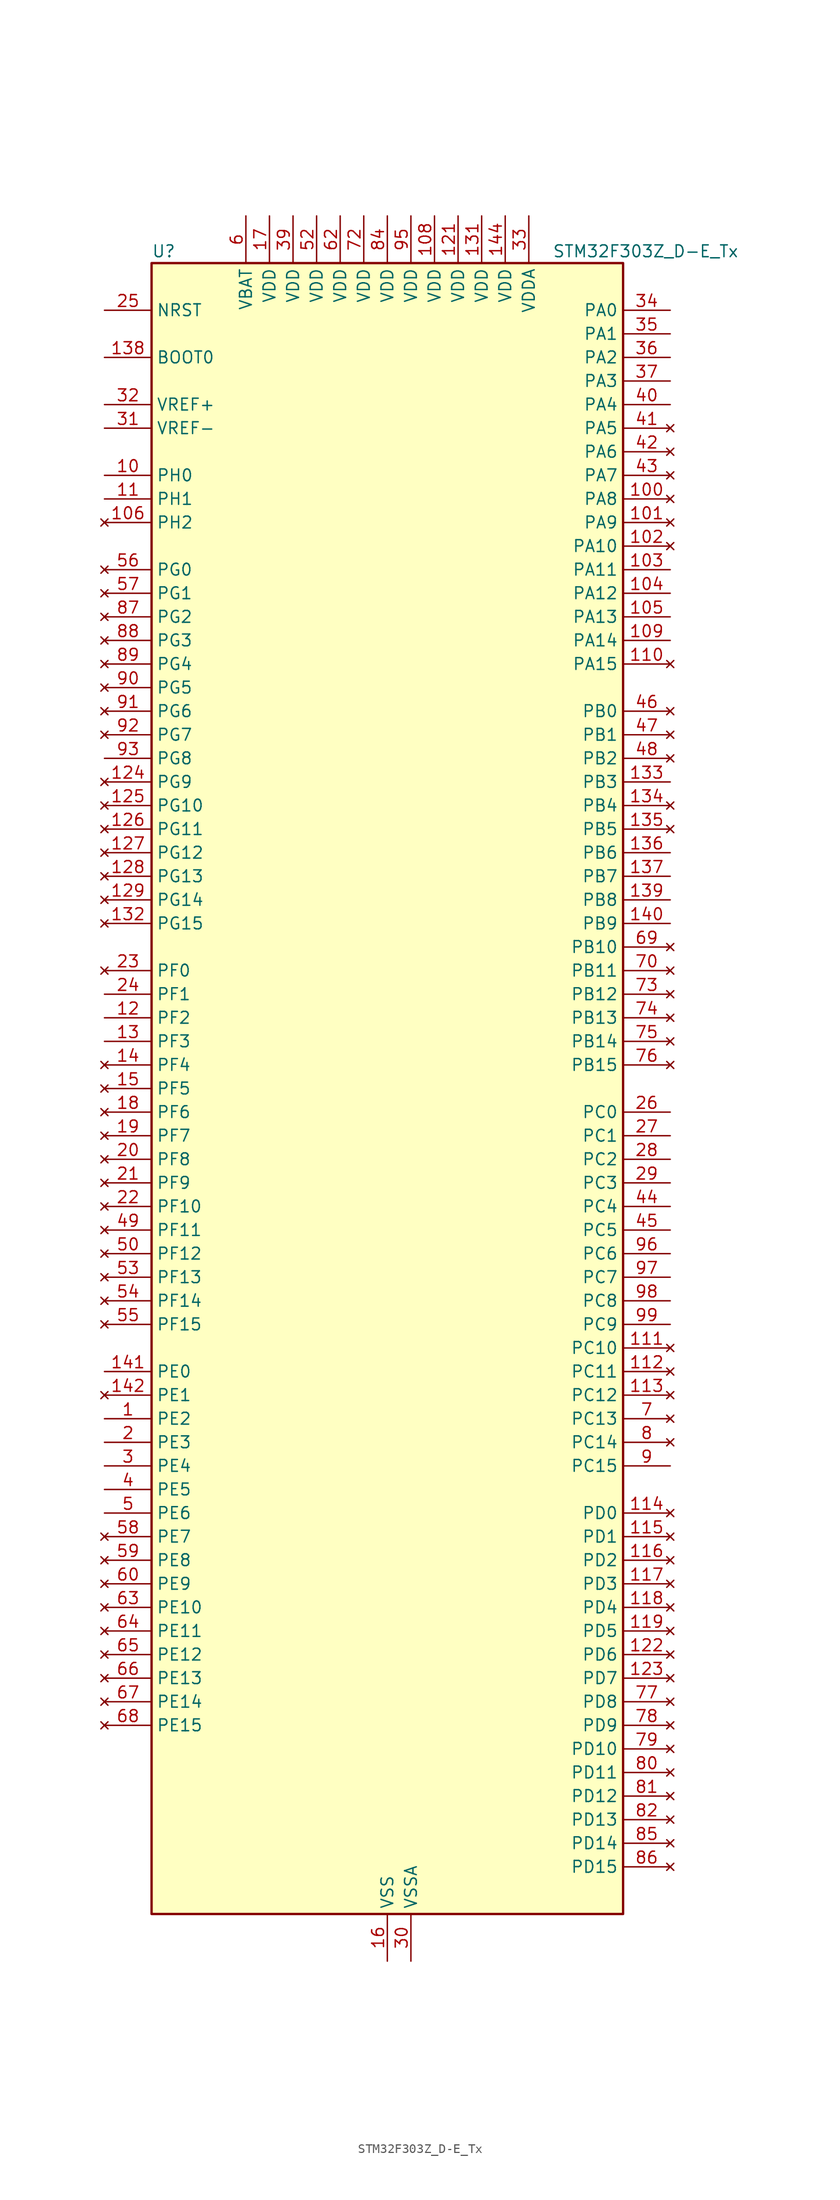
<source format=kicad_sym>
(kicad_symbol_lib
  (version 20241209)
  (generator "kicad_symbol_editor")
  (generator_version "9.0")
  (symbol "STM32F303Z_D-E_Tx"
    (property "Reference" "U"
      (at -25.4 90.17 0)
      (effects (font (size 1.27 1.27)) (justify left)))
    (property "Value" "STM32F303Z_D-E_Tx"
      (at 17.78 90.17 0)
      (effects (font (size 1.27 1.27)) (justify left)))
    (symbol "STM32F303Z_D-E_Tx_0_1"
      (rectangle (start -25.4 88.9) (end 25.4 -88.9) (stroke (width 0.254) (type default)) (fill (type background))))
    (symbol "STM32F303Z_D-E_Tx_1_1"
      (pin input line (at -30.48 83.82 0) (length 5.08) (name "NRST" (effects (font (size 1.27 1.27)))) (number "25" (effects (font (size 1.27 1.27)))))
      (pin input line (at -30.48 78.74 0) (length 5.08) (name "BOOT0" (effects (font (size 1.27 1.27)))) (number "138" (effects (font (size 1.27 1.27)))))
      (pin input line (at -30.48 73.66 0) (length 5.08) (name "VREF+" (effects (font (size 1.27 1.27)))) (number "32" (effects (font (size 1.27 1.27)))))
      (pin input line (at -30.48 71.12 0) (length 5.08) (name "VREF-" (effects (font (size 1.27 1.27)))) (number "31" (effects (font (size 1.27 1.27)))))
      (pin input line (at -30.48 66.04 0) (length 5.08) (name "PH0" (effects (font (size 1.27 1.27)))) (number "10" (effects (font (size 1.27 1.27)))) (alternate "FMC_A0" bidirectional line) (alternate "TIM20_CH1" bidirectional line))
      (pin input line (at -30.48 63.5 0) (length 5.08) (name "PH1" (effects (font (size 1.27 1.27)))) (number "11" (effects (font (size 1.27 1.27)))) (alternate "FMC_A1" bidirectional line) (alternate "TIM20_CH2" bidirectional line))
      (pin no_connect line (at -30.48 60.96 0) (length 5.08) (name "PH2" (effects (font (size 1.27 1.27)))) (number "106" (effects (font (size 1.27 1.27)))) (alternate "ADC3_EXTI2" bidirectional line) (alternate "ADC4_EXTI2" bidirectional line))
      (pin no_connect line (at -30.48 55.88 0) (length 5.08) (name "PG0" (effects (font (size 1.27 1.27)))) (number "56" (effects (font (size 1.27 1.27)))) (alternate "FMC_A10" bidirectional line) (alternate "TIM20_CH1N" bidirectional line))
      (pin no_connect line (at -30.48 53.34 0) (length 5.08) (name "PG1" (effects (font (size 1.27 1.27)))) (number "57" (effects (font (size 1.27 1.27)))) (alternate "FMC_A11" bidirectional line) (alternate "TIM20_CH2N" bidirectional line))
      (pin no_connect line (at -30.48 50.8 0) (length 5.08) (name "PG2" (effects (font (size 1.27 1.27)))) (number "87" (effects (font (size 1.27 1.27)))) (alternate "ADC3_EXTI2" bidirectional line) (alternate "ADC4_EXTI2" bidirectional line) (alternate "FMC_A12" bidirectional line) (alternate "TIM20_CH3N" bidirectional line))
      (pin no_connect line (at -30.48 48.26 0) (length 5.08) (name "PG3" (effects (font (size 1.27 1.27)))) (number "88" (effects (font (size 1.27 1.27)))) (alternate "FMC_A13" bidirectional line) (alternate "TIM20_BKIN" bidirectional line))
      (pin no_connect line (at -30.48 45.72 0) (length 5.08) (name "PG4" (effects (font (size 1.27 1.27)))) (number "89" (effects (font (size 1.27 1.27)))) (alternate "FMC_A14" bidirectional line) (alternate "TIM20_BKIN2" bidirectional line))
      (pin no_connect line (at -30.48 43.18 0) (length 5.08) (name "PG5" (effects (font (size 1.27 1.27)))) (number "90" (effects (font (size 1.27 1.27)))) (alternate "FMC_A15" bidirectional line) (alternate "TIM20_ETR" bidirectional line))
      (pin no_connect line (at -30.48 40.64 0) (length 5.08) (name "PG6" (effects (font (size 1.27 1.27)))) (number "91" (effects (font (size 1.27 1.27)))) (alternate "FMC_INT2" bidirectional line))
      (pin no_connect line (at -30.48 38.1 0) (length 5.08) (name "PG7" (effects (font (size 1.27 1.27)))) (number "92" (effects (font (size 1.27 1.27)))) (alternate "FMC_INT3" bidirectional line))
      (pin input line (at -30.48 35.56 0) (length 5.08) (name "PG8" (effects (font (size 1.27 1.27)))) (number "93" (effects (font (size 1.27 1.27)))))
      (pin no_connect line (at -30.48 33.02 0) (length 5.08) (name "PG9" (effects (font (size 1.27 1.27)))) (number "124" (effects (font (size 1.27 1.27)))) (alternate "DAC1_EXTI9" bidirectional line) (alternate "FMC_NCE3" bidirectional line) (alternate "FMC_NE2" bidirectional line))
      (pin no_connect line (at -30.48 30.48 0) (length 5.08) (name "PG10" (effects (font (size 1.27 1.27)))) (number "125" (effects (font (size 1.27 1.27)))) (alternate "FMC_NCE4_1" bidirectional line) (alternate "FMC_NE3" bidirectional line))
      (pin no_connect line (at -30.48 27.94 0) (length 5.08) (name "PG11" (effects (font (size 1.27 1.27)))) (number "126" (effects (font (size 1.27 1.27)))) (alternate "ADC1_EXTI11" bidirectional line) (alternate "ADC2_EXTI11" bidirectional line) (alternate "FMC_NCE4_2" bidirectional line))
      (pin no_connect line (at -30.48 25.4 0) (length 5.08) (name "PG12" (effects (font (size 1.27 1.27)))) (number "127" (effects (font (size 1.27 1.27)))) (alternate "FMC_NE4" bidirectional line))
      (pin no_connect line (at -30.48 22.86 0) (length 5.08) (name "PG13" (effects (font (size 1.27 1.27)))) (number "128" (effects (font (size 1.27 1.27)))) (alternate "FMC_A24" bidirectional line))
      (pin no_connect line (at -30.48 20.32 0) (length 5.08) (name "PG14" (effects (font (size 1.27 1.27)))) (number "129" (effects (font (size 1.27 1.27)))) (alternate "FMC_A25" bidirectional line))
      (pin no_connect line (at -30.48 17.78 0) (length 5.08) (name "PG15" (effects (font (size 1.27 1.27)))) (number "132" (effects (font (size 1.27 1.27)))) (alternate "ADC1_EXTI15" bidirectional line) (alternate "ADC2_EXTI15" bidirectional line) (alternate "ADC3_EXTI15" bidirectional line) (alternate "ADC4_EXTI15" bidirectional line))
      (pin no_connect line (at -30.48 12.7 0) (length 5.08) (name "PF0" (effects (font (size 1.27 1.27)))) (number "23" (effects (font (size 1.27 1.27)))) (alternate "I2C2_SDA" bidirectional line) (alternate "I2S2_WS" bidirectional line) (alternate "RCC_OSC_IN" bidirectional line) (alternate "SPI2_NSS" bidirectional line) (alternate "TIM1_CH3N" bidirectional line))
      (pin input line (at -30.48 10.16 0) (length 5.08) (name "PF1" (effects (font (size 1.27 1.27)))) (number "24" (effects (font (size 1.27 1.27)))) (alternate "I2C2_SCL" bidirectional line) (alternate "I2S2_CK" bidirectional line) (alternate "RCC_OSC_OUT" bidirectional line) (alternate "SPI2_SCK" bidirectional line))
      (pin output line (at -30.48 7.62 0) (length 5.08) (name "PF2" (effects (font (size 1.27 1.27)))) (number "12" (effects (font (size 1.27 1.27)))) (alternate "ADC1_IN10" bidirectional line) (alternate "ADC2_IN10" bidirectional line) (alternate "ADC3_EXTI2" bidirectional line) (alternate "ADC4_EXTI2" bidirectional line) (alternate "FMC_A2" bidirectional line) (alternate "TIM20_CH3" bidirectional line))
      (pin output line (at -30.48 5.08 0) (length 5.08) (name "PF3" (effects (font (size 1.27 1.27)))) (number "13" (effects (font (size 1.27 1.27)))) (alternate "FMC_A3" bidirectional line) (alternate "TIM20_CH4" bidirectional line))
      (pin no_connect line (at -30.48 2.54 0) (length 5.08) (name "PF4" (effects (font (size 1.27 1.27)))) (number "14" (effects (font (size 1.27 1.27)))) (alternate "ADC1_IN5" bidirectional line) (alternate "COMP1_OUT" bidirectional line) (alternate "FMC_A4" bidirectional line) (alternate "TIM20_CH1N" bidirectional line))
      (pin no_connect line (at -30.48 0 0) (length 5.08) (name "PF5" (effects (font (size 1.27 1.27)))) (number "15" (effects (font (size 1.27 1.27)))) (alternate "FMC_A5" bidirectional line) (alternate "TIM20_CH2N" bidirectional line))
      (pin no_connect line (at -30.48 -2.54 0) (length 5.08) (name "PF6" (effects (font (size 1.27 1.27)))) (number "18" (effects (font (size 1.27 1.27)))) (alternate "FMC_NIORD" bidirectional line) (alternate "I2C2_SCL" bidirectional line) (alternate "TIM4_CH4" bidirectional line) (alternate "USART3_DE" bidirectional line) (alternate "USART3_RTS" bidirectional line))
      (pin no_connect line (at -30.48 -5.08 0) (length 5.08) (name "PF7" (effects (font (size 1.27 1.27)))) (number "19" (effects (font (size 1.27 1.27)))) (alternate "FMC_NREG" bidirectional line) (alternate "TIM20_BKIN" bidirectional line))
      (pin no_connect line (at -30.48 -7.62 0) (length 5.08) (name "PF8" (effects (font (size 1.27 1.27)))) (number "20" (effects (font (size 1.27 1.27)))) (alternate "FMC_NIOWR" bidirectional line) (alternate "TIM20_BKIN2" bidirectional line))
      (pin no_connect line (at -30.48 -10.16 0) (length 5.08) (name "PF9" (effects (font (size 1.27 1.27)))) (number "21" (effects (font (size 1.27 1.27)))) (alternate "DAC1_EXTI9" bidirectional line) (alternate "FMC_CD" bidirectional line) (alternate "SPI2_SCK" bidirectional line) (alternate "TIM15_CH1" bidirectional line) (alternate "TIM20_BKIN" bidirectional line))
      (pin no_connect line (at -30.48 -12.7 0) (length 5.08) (name "PF10" (effects (font (size 1.27 1.27)))) (number "22" (effects (font (size 1.27 1.27)))) (alternate "FMC_INTR" bidirectional line) (alternate "SPI2_SCK" bidirectional line) (alternate "TIM15_CH2" bidirectional line) (alternate "TIM20_BKIN2" bidirectional line))
      (pin no_connect line (at -30.48 -15.24 0) (length 5.08) (name "PF11" (effects (font (size 1.27 1.27)))) (number "49" (effects (font (size 1.27 1.27)))) (alternate "ADC1_EXTI11" bidirectional line) (alternate "ADC2_EXTI11" bidirectional line) (alternate "TIM20_ETR" bidirectional line))
      (pin no_connect line (at -30.48 -17.78 0) (length 5.08) (name "PF12" (effects (font (size 1.27 1.27)))) (number "50" (effects (font (size 1.27 1.27)))) (alternate "FMC_A6" bidirectional line) (alternate "TIM20_CH1" bidirectional line))
      (pin no_connect line (at -30.48 -20.32 0) (length 5.08) (name "PF13" (effects (font (size 1.27 1.27)))) (number "53" (effects (font (size 1.27 1.27)))) (alternate "FMC_A7" bidirectional line) (alternate "TIM20_CH2" bidirectional line))
      (pin no_connect line (at -30.48 -22.86 0) (length 5.08) (name "PF14" (effects (font (size 1.27 1.27)))) (number "54" (effects (font (size 1.27 1.27)))) (alternate "FMC_A8" bidirectional line) (alternate "TIM20_CH3" bidirectional line))
      (pin no_connect line (at -30.48 -25.4 0) (length 5.08) (name "PF15" (effects (font (size 1.27 1.27)))) (number "55" (effects (font (size 1.27 1.27)))) (alternate "ADC1_EXTI15" bidirectional line) (alternate "ADC2_EXTI15" bidirectional line) (alternate "ADC3_EXTI15" bidirectional line) (alternate "ADC4_EXTI15" bidirectional line) (alternate "FMC_A9" bidirectional line) (alternate "TIM20_CH4" bidirectional line))
      (pin input line (at -30.48 -30.48 0) (length 5.08) (name "PE0" (effects (font (size 1.27 1.27)))) (number "141" (effects (font (size 1.27 1.27)))) (alternate "FMC_NBL0" bidirectional line) (alternate "TIM16_CH1" bidirectional line) (alternate "TIM20_ETR" bidirectional line) (alternate "TIM4_ETR" bidirectional line) (alternate "USART1_TX" bidirectional line))
      (pin no_connect line (at -30.48 -33.02 0) (length 5.08) (name "PE1" (effects (font (size 1.27 1.27)))) (number "142" (effects (font (size 1.27 1.27)))) (alternate "FMC_NBL1" bidirectional line) (alternate "TIM17_CH1" bidirectional line) (alternate "TIM20_CH4" bidirectional line) (alternate "USART1_RX" bidirectional line))
      (pin input line (at -30.48 -35.56 0) (length 5.08) (name "PE2" (effects (font (size 1.27 1.27)))) (number "1" (effects (font (size 1.27 1.27)))) (alternate "ADC3_EXTI2" bidirectional line) (alternate "ADC4_EXTI2" bidirectional line) (alternate "FMC_A23" bidirectional line) (alternate "SPI4_SCK" bidirectional line) (alternate "SYS_TRACECK" bidirectional line) (alternate "TIM20_CH1" bidirectional line) (alternate "TIM3_CH1" bidirectional line) (alternate "TSC_G7_IO1" bidirectional line))
      (pin input line (at -30.48 -38.1 0) (length 5.08) (name "PE3" (effects (font (size 1.27 1.27)))) (number "2" (effects (font (size 1.27 1.27)))) (alternate "FMC_A19" bidirectional line) (alternate "SPI4_NSS" bidirectional line) (alternate "SYS_TRACED0" bidirectional line) (alternate "TIM20_CH2" bidirectional line) (alternate "TIM3_CH2" bidirectional line) (alternate "TSC_G7_IO2" bidirectional line))
      (pin output line (at -30.48 -40.64 0) (length 5.08) (name "PE4" (effects (font (size 1.27 1.27)))) (number "3" (effects (font (size 1.27 1.27)))) (alternate "FMC_A20" bidirectional line) (alternate "SPI4_NSS" bidirectional line) (alternate "SYS_TRACED1" bidirectional line) (alternate "TIM20_CH1N" bidirectional line) (alternate "TIM3_CH3" bidirectional line) (alternate "TSC_G7_IO3" bidirectional line))
      (pin output line (at -30.48 -43.18 0) (length 5.08) (name "PE5" (effects (font (size 1.27 1.27)))) (number "4" (effects (font (size 1.27 1.27)))) (alternate "FMC_A21" bidirectional line) (alternate "SPI4_MISO" bidirectional line) (alternate "SYS_TRACED2" bidirectional line) (alternate "TIM20_CH2N" bidirectional line) (alternate "TIM3_CH4" bidirectional line) (alternate "TSC_G7_IO4" bidirectional line))
      (pin input line (at -30.48 -45.72 0) (length 5.08) (name "PE6" (effects (font (size 1.27 1.27)))) (number "5" (effects (font (size 1.27 1.27)))) (alternate "FMC_A22" bidirectional line) (alternate "RTC_TAMP3" bidirectional line) (alternate "SPI4_MOSI" bidirectional line) (alternate "SYS_TRACED3" bidirectional line) (alternate "SYS_WKUP3" bidirectional line) (alternate "TIM20_CH3N" bidirectional line))
      (pin no_connect line (at -30.48 -48.26 0) (length 5.08) (name "PE7" (effects (font (size 1.27 1.27)))) (number "58" (effects (font (size 1.27 1.27)))) (alternate "ADC3_IN13" bidirectional line) (alternate "FMC_D4" bidirectional line) (alternate "FMC_DA4" bidirectional line) (alternate "TIM1_ETR" bidirectional line))
      (pin no_connect line (at -30.48 -50.8 0) (length 5.08) (name "PE8" (effects (font (size 1.27 1.27)))) (number "59" (effects (font (size 1.27 1.27)))) (alternate "ADC3_IN6" bidirectional line) (alternate "ADC4_IN6" bidirectional line) (alternate "COMP4_INM" bidirectional line) (alternate "FMC_D5" bidirectional line) (alternate "FMC_DA5" bidirectional line) (alternate "TIM1_CH1N" bidirectional line))
      (pin no_connect line (at -30.48 -53.34 0) (length 5.08) (name "PE9" (effects (font (size 1.27 1.27)))) (number "60" (effects (font (size 1.27 1.27)))) (alternate "ADC3_IN2" bidirectional line) (alternate "DAC1_EXTI9" bidirectional line) (alternate "FMC_D6" bidirectional line) (alternate "FMC_DA6" bidirectional line) (alternate "TIM1_CH1" bidirectional line))
      (pin no_connect line (at -30.48 -55.88 0) (length 5.08) (name "PE10" (effects (font (size 1.27 1.27)))) (number "63" (effects (font (size 1.27 1.27)))) (alternate "ADC3_IN14" bidirectional line) (alternate "FMC_D7" bidirectional line) (alternate "FMC_DA7" bidirectional line) (alternate "TIM1_CH2N" bidirectional line))
      (pin no_connect line (at -30.48 -58.42 0) (length 5.08) (name "PE11" (effects (font (size 1.27 1.27)))) (number "64" (effects (font (size 1.27 1.27)))) (alternate "ADC1_EXTI11" bidirectional line) (alternate "ADC2_EXTI11" bidirectional line) (alternate "ADC3_IN15" bidirectional line) (alternate "FMC_D8" bidirectional line) (alternate "FMC_DA8" bidirectional line) (alternate "SPI4_NSS" bidirectional line) (alternate "TIM1_CH2" bidirectional line))
      (pin no_connect line (at -30.48 -60.96 0) (length 5.08) (name "PE12" (effects (font (size 1.27 1.27)))) (number "65" (effects (font (size 1.27 1.27)))) (alternate "ADC3_IN16" bidirectional line) (alternate "FMC_D9" bidirectional line) (alternate "FMC_DA9" bidirectional line) (alternate "SPI4_SCK" bidirectional line) (alternate "TIM1_CH3N" bidirectional line))
      (pin no_connect line (at -30.48 -63.5 0) (length 5.08) (name "PE13" (effects (font (size 1.27 1.27)))) (number "66" (effects (font (size 1.27 1.27)))) (alternate "ADC3_IN3" bidirectional line) (alternate "FMC_D10" bidirectional line) (alternate "FMC_DA10" bidirectional line) (alternate "SPI4_MISO" bidirectional line) (alternate "TIM1_CH3" bidirectional line))
      (pin no_connect line (at -30.48 -66.04 0) (length 5.08) (name "PE14" (effects (font (size 1.27 1.27)))) (number "67" (effects (font (size 1.27 1.27)))) (alternate "ADC4_IN1" bidirectional line) (alternate "FMC_D11" bidirectional line) (alternate "FMC_DA11" bidirectional line) (alternate "SPI4_MOSI" bidirectional line) (alternate "TIM1_BKIN2" bidirectional line) (alternate "TIM1_CH4" bidirectional line))
      (pin no_connect line (at -30.48 -68.58 0) (length 5.08) (name "PE15" (effects (font (size 1.27 1.27)))) (number "68" (effects (font (size 1.27 1.27)))) (alternate "ADC1_EXTI15" bidirectional line) (alternate "ADC2_EXTI15" bidirectional line) (alternate "ADC3_EXTI15" bidirectional line) (alternate "ADC4_EXTI15" bidirectional line) (alternate "ADC4_IN2" bidirectional line) (alternate "FMC_D12" bidirectional line) (alternate "FMC_DA12" bidirectional line) (alternate "TIM1_BKIN" bidirectional line) (alternate "USART3_RX" bidirectional line))
      (pin power_in line (at -15.24 93.98 270) (length 5.08) (name "VBAT" (effects (font (size 1.27 1.27)))) (number "6" (effects (font (size 1.27 1.27)))))
      (pin power_in line (at -12.7 93.98 270) (length 5.08) (name "VDD" (effects (font (size 1.27 1.27)))) (number "17" (effects (font (size 1.27 1.27)))))
      (pin power_in line (at -10.16 93.98 270) (length 5.08) (name "VDD" (effects (font (size 1.27 1.27)))) (number "39" (effects (font (size 1.27 1.27)))))
      (pin power_in line (at -7.62 93.98 270) (length 5.08) (name "VDD" (effects (font (size 1.27 1.27)))) (number "52" (effects (font (size 1.27 1.27)))))
      (pin power_in line (at -5.08 93.98 270) (length 5.08) (name "VDD" (effects (font (size 1.27 1.27)))) (number "62" (effects (font (size 1.27 1.27)))))
      (pin power_in line (at -2.54 93.98 270) (length 5.08) (name "VDD" (effects (font (size 1.27 1.27)))) (number "72" (effects (font (size 1.27 1.27)))))
      (pin power_in line (at 0 93.98 270) (length 5.08) (name "VDD" (effects (font (size 1.27 1.27)))) (number "84" (effects (font (size 1.27 1.27)))))
      (pin passive line (at 0 -93.98 90) (length 5.08) (hide yes) (name "VSS" (effects (font (size 1.27 1.27)))) (number "107" (effects (font (size 1.27 1.27)))))
      (pin passive line (at 0 -93.98 90) (length 5.08) (hide yes) (name "VSS" (effects (font (size 1.27 1.27)))) (number "120" (effects (font (size 1.27 1.27)))))
      (pin passive line (at 0 -93.98 90) (length 5.08) (hide yes) (name "VSS" (effects (font (size 1.27 1.27)))) (number "130" (effects (font (size 1.27 1.27)))))
      (pin passive line (at 0 -93.98 90) (length 5.08) (hide yes) (name "VSS" (effects (font (size 1.27 1.27)))) (number "143" (effects (font (size 1.27 1.27)))))
      (pin power_in line (at 0 -93.98 90) (length 5.08) (name "VSS" (effects (font (size 1.27 1.27)))) (number "16" (effects (font (size 1.27 1.27)))))
      (pin passive line (at 0 -93.98 90) (length 5.08) (hide yes) (name "VSS" (effects (font (size 1.27 1.27)))) (number "38" (effects (font (size 1.27 1.27)))))
      (pin passive line (at 0 -93.98 90) (length 5.08) (hide yes) (name "VSS" (effects (font (size 1.27 1.27)))) (number "51" (effects (font (size 1.27 1.27)))))
      (pin passive line (at 0 -93.98 90) (length 5.08) (hide yes) (name "VSS" (effects (font (size 1.27 1.27)))) (number "61" (effects (font (size 1.27 1.27)))))
      (pin passive line (at 0 -93.98 90) (length 5.08) (hide yes) (name "VSS" (effects (font (size 1.27 1.27)))) (number "71" (effects (font (size 1.27 1.27)))))
      (pin passive line (at 0 -93.98 90) (length 5.08) (hide yes) (name "VSS" (effects (font (size 1.27 1.27)))) (number "83" (effects (font (size 1.27 1.27)))))
      (pin passive line (at 0 -93.98 90) (length 5.08) (hide yes) (name "VSS" (effects (font (size 1.27 1.27)))) (number "94" (effects (font (size 1.27 1.27)))))
      (pin power_in line (at 2.54 93.98 270) (length 5.08) (name "VDD" (effects (font (size 1.27 1.27)))) (number "95" (effects (font (size 1.27 1.27)))))
      (pin power_in line (at 2.54 -93.98 90) (length 5.08) (name "VSSA" (effects (font (size 1.27 1.27)))) (number "30" (effects (font (size 1.27 1.27)))))
      (pin power_in line (at 5.08 93.98 270) (length 5.08) (name "VDD" (effects (font (size 1.27 1.27)))) (number "108" (effects (font (size 1.27 1.27)))))
      (pin power_in line (at 7.62 93.98 270) (length 5.08) (name "VDD" (effects (font (size 1.27 1.27)))) (number "121" (effects (font (size 1.27 1.27)))))
      (pin power_in line (at 10.16 93.98 270) (length 5.08) (name "VDD" (effects (font (size 1.27 1.27)))) (number "131" (effects (font (size 1.27 1.27)))))
      (pin power_in line (at 12.7 93.98 270) (length 5.08) (name "VDD" (effects (font (size 1.27 1.27)))) (number "144" (effects (font (size 1.27 1.27)))))
      (pin power_in line (at 15.24 93.98 270) (length 5.08) (name "VDDA" (effects (font (size 1.27 1.27)))) (number "33" (effects (font (size 1.27 1.27)))))
      (pin input line (at 30.48 83.82 180) (length 5.08) (name "PA0" (effects (font (size 1.27 1.27)))) (number "34" (effects (font (size 1.27 1.27)))) (alternate "ADC1_IN1" bidirectional line) (alternate "COMP1_INM" bidirectional line) (alternate "COMP1_OUT" bidirectional line) (alternate "RTC_TAMP2" bidirectional line) (alternate "SYS_WKUP1" bidirectional line) (alternate "TIM2_CH1" bidirectional line) (alternate "TIM2_ETR" bidirectional line) (alternate "TIM8_BKIN" bidirectional line) (alternate "TIM8_ETR" bidirectional line) (alternate "TSC_G1_IO1" bidirectional line) (alternate "USART2_CTS" bidirectional line))
      (pin input line (at 30.48 81.28 180) (length 5.08) (name "PA1" (effects (font (size 1.27 1.27)))) (number "35" (effects (font (size 1.27 1.27)))) (alternate "ADC1_IN2" bidirectional line) (alternate "COMP1_INP" bidirectional line) (alternate "OPAMP1_VINP" bidirectional line) (alternate "OPAMP1_VINP_SEC" bidirectional line) (alternate "OPAMP3_VINP" bidirectional line) (alternate "OPAMP3_VINP_SEC" bidirectional line) (alternate "RTC_REFIN" bidirectional line) (alternate "TIM15_CH1N" bidirectional line) (alternate "TIM2_CH2" bidirectional line) (alternate "TSC_G1_IO2" bidirectional line) (alternate "USART2_DE" bidirectional line) (alternate "USART2_RTS" bidirectional line))
      (pin output line (at 30.48 78.74 180) (length 5.08) (name "PA2" (effects (font (size 1.27 1.27)))) (number "36" (effects (font (size 1.27 1.27)))) (alternate "ADC1_IN3" bidirectional line) (alternate "ADC3_EXTI2" bidirectional line) (alternate "ADC4_EXTI2" bidirectional line) (alternate "COMP2_INM" bidirectional line) (alternate "COMP2_OUT" bidirectional line) (alternate "OPAMP1_VOUT" bidirectional line) (alternate "TIM15_CH1" bidirectional line) (alternate "TIM2_CH3" bidirectional line) (alternate "TSC_G1_IO3" bidirectional line) (alternate "USART2_TX" bidirectional line))
      (pin output line (at 30.48 76.2 180) (length 5.08) (name "PA3" (effects (font (size 1.27 1.27)))) (number "37" (effects (font (size 1.27 1.27)))) (alternate "ADC1_IN4" bidirectional line) (alternate "OPAMP1_VINM" bidirectional line) (alternate "OPAMP1_VINM_SEC" bidirectional line) (alternate "OPAMP1_VINP" bidirectional line) (alternate "OPAMP1_VINP_SEC" bidirectional line) (alternate "TIM15_CH2" bidirectional line) (alternate "TIM2_CH4" bidirectional line) (alternate "TSC_G1_IO4" bidirectional line) (alternate "USART2_RX" bidirectional line))
      (pin input line (at 30.48 73.66 180) (length 5.08) (name "PA4" (effects (font (size 1.27 1.27)))) (number "40" (effects (font (size 1.27 1.27)))) (alternate "ADC2_IN1" bidirectional line) (alternate "COMP1_INM" bidirectional line) (alternate "COMP2_INM" bidirectional line) (alternate "COMP3_INM" bidirectional line) (alternate "COMP4_INM" bidirectional line) (alternate "COMP5_INM" bidirectional line) (alternate "COMP6_INM" bidirectional line) (alternate "COMP7_INM" bidirectional line) (alternate "DAC1_OUT1" bidirectional line) (alternate "I2S3_WS" bidirectional line) (alternate "OPAMP4_VINP" bidirectional line) (alternate "OPAMP4_VINP_SEC" bidirectional line) (alternate "SPI1_NSS" bidirectional line) (alternate "SPI3_NSS" bidirectional line) (alternate "TIM3_CH2" bidirectional line) (alternate "TSC_G2_IO1" bidirectional line) (alternate "USART2_CK" bidirectional line))
      (pin no_connect line (at 30.48 71.12 180) (length 5.08) (name "PA5" (effects (font (size 1.27 1.27)))) (number "41" (effects (font (size 1.27 1.27)))) (alternate "ADC2_IN2" bidirectional line) (alternate "COMP1_INM" bidirectional line) (alternate "COMP2_INM" bidirectional line) (alternate "COMP3_INM" bidirectional line) (alternate "COMP4_INM" bidirectional line) (alternate "COMP5_INM" bidirectional line) (alternate "COMP6_INM" bidirectional line) (alternate "COMP7_INM" bidirectional line) (alternate "DAC1_OUT2" bidirectional line) (alternate "OPAMP1_VINP" bidirectional line) (alternate "OPAMP1_VINP_SEC" bidirectional line) (alternate "OPAMP2_VINM" bidirectional line) (alternate "OPAMP2_VINM_SEC" bidirectional line) (alternate "OPAMP3_VINP" bidirectional line) (alternate "OPAMP3_VINP_SEC" bidirectional line) (alternate "SPI1_SCK" bidirectional line) (alternate "TIM2_CH1" bidirectional line) (alternate "TIM2_ETR" bidirectional line) (alternate "TSC_G2_IO2" bidirectional line))
      (pin no_connect line (at 30.48 68.58 180) (length 5.08) (name "PA6" (effects (font (size 1.27 1.27)))) (number "42" (effects (font (size 1.27 1.27)))) (alternate "ADC2_IN3" bidirectional line) (alternate "COMP1_OUT" bidirectional line) (alternate "OPAMP2_VOUT" bidirectional line) (alternate "SPI1_MISO" bidirectional line) (alternate "TIM16_CH1" bidirectional line) (alternate "TIM1_BKIN" bidirectional line) (alternate "TIM3_CH1" bidirectional line) (alternate "TIM8_BKIN" bidirectional line) (alternate "TSC_G2_IO3" bidirectional line))
      (pin no_connect line (at 30.48 66.04 180) (length 5.08) (name "PA7" (effects (font (size 1.27 1.27)))) (number "43" (effects (font (size 1.27 1.27)))) (alternate "ADC2_IN4" bidirectional line) (alternate "COMP2_INP" bidirectional line) (alternate "OPAMP1_VINP" bidirectional line) (alternate "OPAMP1_VINP_SEC" bidirectional line) (alternate "OPAMP2_VINP" bidirectional line) (alternate "OPAMP2_VINP_SEC" bidirectional line) (alternate "SPI1_MOSI" bidirectional line) (alternate "TIM17_CH1" bidirectional line) (alternate "TIM1_CH1N" bidirectional line) (alternate "TIM3_CH2" bidirectional line) (alternate "TIM8_CH1N" bidirectional line) (alternate "TSC_G2_IO4" bidirectional line))
      (pin no_connect line (at 30.48 63.5 180) (length 5.08) (name "PA8" (effects (font (size 1.27 1.27)))) (number "100" (effects (font (size 1.27 1.27)))) (alternate "COMP3_OUT" bidirectional line) (alternate "I2C2_SMBA" bidirectional line) (alternate "I2C3_SCL" bidirectional line) (alternate "I2S2_MCK" bidirectional line) (alternate "RCC_MCO" bidirectional line) (alternate "TIM1_CH1" bidirectional line) (alternate "TIM4_ETR" bidirectional line) (alternate "USART1_CK" bidirectional line))
      (pin no_connect line (at 30.48 60.96 180) (length 5.08) (name "PA9" (effects (font (size 1.27 1.27)))) (number "101" (effects (font (size 1.27 1.27)))) (alternate "COMP5_OUT" bidirectional line) (alternate "DAC1_EXTI9" bidirectional line) (alternate "I2C2_SCL" bidirectional line) (alternate "I2C3_SMBA" bidirectional line) (alternate "I2S3_MCK" bidirectional line) (alternate "TIM15_BKIN" bidirectional line) (alternate "TIM1_CH2" bidirectional line) (alternate "TIM2_CH3" bidirectional line) (alternate "TSC_G4_IO1" bidirectional line) (alternate "USART1_TX" bidirectional line))
      (pin no_connect line (at 30.48 58.42 180) (length 5.08) (name "PA10" (effects (font (size 1.27 1.27)))) (number "102" (effects (font (size 1.27 1.27)))) (alternate "COMP6_OUT" bidirectional line) (alternate "I2C2_SDA" bidirectional line) (alternate "I2S2_ext_SD" bidirectional line) (alternate "SPI2_MISO" bidirectional line) (alternate "TIM17_BKIN" bidirectional line) (alternate "TIM1_CH3" bidirectional line) (alternate "TIM2_CH4" bidirectional line) (alternate "TIM8_BKIN" bidirectional line) (alternate "TSC_G4_IO2" bidirectional line) (alternate "USART1_RX" bidirectional line))
      (pin input line (at 30.48 55.88 180) (length 5.08) (name "PA11" (effects (font (size 1.27 1.27)))) (number "103" (effects (font (size 1.27 1.27)))) (alternate "ADC1_EXTI11" bidirectional line) (alternate "ADC2_EXTI11" bidirectional line) (alternate "CAN_RX" bidirectional line) (alternate "COMP1_OUT" bidirectional line) (alternate "I2S2_SD" bidirectional line) (alternate "SPI2_MOSI" bidirectional line) (alternate "TIM1_BKIN2" bidirectional line) (alternate "TIM1_CH1N" bidirectional line) (alternate "TIM1_CH4" bidirectional line) (alternate "TIM4_CH1" bidirectional line) (alternate "USART1_CTS" bidirectional line) (alternate "USB_DM" bidirectional line))
      (pin output line (at 30.48 53.34 180) (length 5.08) (name "PA12" (effects (font (size 1.27 1.27)))) (number "104" (effects (font (size 1.27 1.27)))) (alternate "CAN_TX" bidirectional line) (alternate "COMP2_OUT" bidirectional line) (alternate "I2S_CKIN" bidirectional line) (alternate "TIM16_CH1" bidirectional line) (alternate "TIM1_CH2N" bidirectional line) (alternate "TIM1_ETR" bidirectional line) (alternate "TIM4_CH2" bidirectional line) (alternate "USART1_DE" bidirectional line) (alternate "USART1_RTS" bidirectional line) (alternate "USB_DP" bidirectional line))
      (pin bidirectional line (at 30.48 50.8 180) (length 5.08) (name "PA13" (effects (font (size 1.27 1.27)))) (number "105" (effects (font (size 1.27 1.27)))) (alternate "IR_OUT" bidirectional line) (alternate "SYS_JTMS-SWDIO" bidirectional line) (alternate "TIM16_CH1N" bidirectional line) (alternate "TIM4_CH3" bidirectional line) (alternate "TSC_G4_IO3" bidirectional line) (alternate "USART3_CTS" bidirectional line))
      (pin bidirectional line (at 30.48 48.26 180) (length 5.08) (name "PA14" (effects (font (size 1.27 1.27)))) (number "109" (effects (font (size 1.27 1.27)))) (alternate "I2C1_SDA" bidirectional line) (alternate "SYS_JTCK-SWCLK" bidirectional line) (alternate "TIM1_BKIN" bidirectional line) (alternate "TIM8_CH2" bidirectional line) (alternate "TSC_G4_IO4" bidirectional line) (alternate "USART2_TX" bidirectional line))
      (pin no_connect line (at 30.48 45.72 180) (length 5.08) (name "PA15" (effects (font (size 1.27 1.27)))) (number "110" (effects (font (size 1.27 1.27)))) (alternate "ADC1_EXTI15" bidirectional line) (alternate "ADC2_EXTI15" bidirectional line) (alternate "ADC3_EXTI15" bidirectional line) (alternate "ADC4_EXTI15" bidirectional line) (alternate "I2C1_SCL" bidirectional line) (alternate "I2S3_WS" bidirectional line) (alternate "SPI1_NSS" bidirectional line) (alternate "SPI3_NSS" bidirectional line) (alternate "SYS_JTDI" bidirectional line) (alternate "TIM1_BKIN" bidirectional line) (alternate "TIM2_CH1" bidirectional line) (alternate "TIM2_ETR" bidirectional line) (alternate "TIM8_CH1" bidirectional line) (alternate "TSC_SYNC" bidirectional line) (alternate "USART2_RX" bidirectional line))
      (pin no_connect line (at 30.48 40.64 180) (length 5.08) (name "PB0" (effects (font (size 1.27 1.27)))) (number "46" (effects (font (size 1.27 1.27)))) (alternate "ADC3_IN12" bidirectional line) (alternate "COMP4_INP" bidirectional line) (alternate "OPAMP2_VINP" bidirectional line) (alternate "OPAMP2_VINP_SEC" bidirectional line) (alternate "OPAMP3_VINP" bidirectional line) (alternate "OPAMP3_VINP_SEC" bidirectional line) (alternate "TIM1_CH2N" bidirectional line) (alternate "TIM3_CH3" bidirectional line) (alternate "TIM8_CH2N" bidirectional line) (alternate "TSC_G3_IO2" bidirectional line))
      (pin no_connect line (at 30.48 38.1 180) (length 5.08) (name "PB1" (effects (font (size 1.27 1.27)))) (number "47" (effects (font (size 1.27 1.27)))) (alternate "ADC3_IN1" bidirectional line) (alternate "COMP4_OUT" bidirectional line) (alternate "OPAMP3_VOUT" bidirectional line) (alternate "TIM1_CH3N" bidirectional line) (alternate "TIM3_CH4" bidirectional line) (alternate "TIM8_CH3N" bidirectional line) (alternate "TSC_G3_IO3" bidirectional line))
      (pin no_connect line (at 30.48 35.56 180) (length 5.08) (name "PB2" (effects (font (size 1.27 1.27)))) (number "48" (effects (font (size 1.27 1.27)))) (alternate "ADC2_IN12" bidirectional line) (alternate "ADC3_EXTI2" bidirectional line) (alternate "ADC4_EXTI2" bidirectional line) (alternate "COMP4_INM" bidirectional line) (alternate "OPAMP3_VINM" bidirectional line) (alternate "OPAMP3_VINM_SEC" bidirectional line) (alternate "TSC_G3_IO4" bidirectional line))
      (pin output line (at 30.48 33.02 180) (length 5.08) (name "PB3" (effects (font (size 1.27 1.27)))) (number "133" (effects (font (size 1.27 1.27)))) (alternate "I2S3_CK" bidirectional line) (alternate "SPI1_SCK" bidirectional line) (alternate "SPI3_SCK" bidirectional line) (alternate "SYS_JTDO-TRACESWO" bidirectional line) (alternate "TIM2_CH2" bidirectional line) (alternate "TIM3_ETR" bidirectional line) (alternate "TIM4_ETR" bidirectional line) (alternate "TIM8_CH1N" bidirectional line) (alternate "TSC_G5_IO1" bidirectional line) (alternate "USART2_TX" bidirectional line))
      (pin no_connect line (at 30.48 30.48 180) (length 5.08) (name "PB4" (effects (font (size 1.27 1.27)))) (number "134" (effects (font (size 1.27 1.27)))) (alternate "I2S3_ext_SD" bidirectional line) (alternate "SPI1_MISO" bidirectional line) (alternate "SPI3_MISO" bidirectional line) (alternate "SYS_NJTRST" bidirectional line) (alternate "TIM16_CH1" bidirectional line) (alternate "TIM17_BKIN" bidirectional line) (alternate "TIM3_CH1" bidirectional line) (alternate "TIM8_CH2N" bidirectional line) (alternate "TSC_G5_IO2" bidirectional line) (alternate "USART2_RX" bidirectional line))
      (pin no_connect line (at 30.48 27.94 180) (length 5.08) (name "PB5" (effects (font (size 1.27 1.27)))) (number "135" (effects (font (size 1.27 1.27)))) (alternate "I2C1_SMBA" bidirectional line) (alternate "I2C3_SDA" bidirectional line) (alternate "I2S3_SD" bidirectional line) (alternate "SPI1_MOSI" bidirectional line) (alternate "SPI3_MOSI" bidirectional line) (alternate "TIM16_BKIN" bidirectional line) (alternate "TIM17_CH1" bidirectional line) (alternate "TIM3_CH2" bidirectional line) (alternate "TIM8_CH3N" bidirectional line) (alternate "USART2_CK" bidirectional line))
      (pin input line (at 30.48 25.4 180) (length 5.08) (name "PB6" (effects (font (size 1.27 1.27)))) (number "136" (effects (font (size 1.27 1.27)))) (alternate "I2C1_SCL" bidirectional line) (alternate "TIM16_CH1N" bidirectional line) (alternate "TIM4_CH1" bidirectional line) (alternate "TIM8_BKIN2" bidirectional line) (alternate "TIM8_CH1" bidirectional line) (alternate "TIM8_ETR" bidirectional line) (alternate "TSC_G5_IO3" bidirectional line) (alternate "USART1_TX" bidirectional line))
      (pin input line (at 30.48 22.86 180) (length 5.08) (name "PB7" (effects (font (size 1.27 1.27)))) (number "137" (effects (font (size 1.27 1.27)))) (alternate "FMC_NL" bidirectional line) (alternate "I2C1_SDA" bidirectional line) (alternate "TIM17_CH1N" bidirectional line) (alternate "TIM3_CH4" bidirectional line) (alternate "TIM4_CH2" bidirectional line) (alternate "TIM8_BKIN" bidirectional line) (alternate "TSC_G5_IO4" bidirectional line) (alternate "USART1_RX" bidirectional line))
      (pin output line (at 30.48 20.32 180) (length 5.08) (name "PB8" (effects (font (size 1.27 1.27)))) (number "139" (effects (font (size 1.27 1.27)))) (alternate "CAN_RX" bidirectional line) (alternate "COMP1_OUT" bidirectional line) (alternate "I2C1_SCL" bidirectional line) (alternate "TIM16_CH1" bidirectional line) (alternate "TIM1_BKIN" bidirectional line) (alternate "TIM4_CH3" bidirectional line) (alternate "TIM8_CH2" bidirectional line) (alternate "TSC_SYNC" bidirectional line) (alternate "USART3_RX" bidirectional line))
      (pin output line (at 30.48 17.78 180) (length 5.08) (name "PB9" (effects (font (size 1.27 1.27)))) (number "140" (effects (font (size 1.27 1.27)))) (alternate "CAN_TX" bidirectional line) (alternate "COMP2_OUT" bidirectional line) (alternate "DAC1_EXTI9" bidirectional line) (alternate "I2C1_SDA" bidirectional line) (alternate "IR_OUT" bidirectional line) (alternate "TIM17_CH1" bidirectional line) (alternate "TIM4_CH4" bidirectional line) (alternate "TIM8_CH3" bidirectional line) (alternate "USART3_TX" bidirectional line))
      (pin no_connect line (at 30.48 15.24 180) (length 5.08) (name "PB10" (effects (font (size 1.27 1.27)))) (number "69" (effects (font (size 1.27 1.27)))) (alternate "COMP5_INM" bidirectional line) (alternate "OPAMP3_VINM" bidirectional line) (alternate "OPAMP3_VINM_SEC" bidirectional line) (alternate "OPAMP4_VINM" bidirectional line) (alternate "OPAMP4_VINM_SEC" bidirectional line) (alternate "TIM2_CH3" bidirectional line) (alternate "TSC_SYNC" bidirectional line) (alternate "USART3_TX" bidirectional line))
      (pin no_connect line (at 30.48 12.7 180) (length 5.08) (name "PB11" (effects (font (size 1.27 1.27)))) (number "70" (effects (font (size 1.27 1.27)))) (alternate "ADC1_EXTI11" bidirectional line) (alternate "ADC1_IN14" bidirectional line) (alternate "ADC2_EXTI11" bidirectional line) (alternate "ADC2_IN14" bidirectional line) (alternate "COMP6_INP" bidirectional line) (alternate "OPAMP4_VINP" bidirectional line) (alternate "OPAMP4_VINP_SEC" bidirectional line) (alternate "TIM2_CH4" bidirectional line) (alternate "TSC_G6_IO1" bidirectional line) (alternate "USART3_RX" bidirectional line))
      (pin no_connect line (at 30.48 10.16 180) (length 5.08) (name "PB12" (effects (font (size 1.27 1.27)))) (number "73" (effects (font (size 1.27 1.27)))) (alternate "ADC4_IN3" bidirectional line) (alternate "COMP3_INM" bidirectional line) (alternate "I2C2_SMBA" bidirectional line) (alternate "I2S2_WS" bidirectional line) (alternate "OPAMP4_VOUT" bidirectional line) (alternate "SPI2_NSS" bidirectional line) (alternate "TIM1_BKIN" bidirectional line) (alternate "TSC_G6_IO2" bidirectional line) (alternate "USART3_CK" bidirectional line))
      (pin no_connect line (at 30.48 7.62 180) (length 5.08) (name "PB13" (effects (font (size 1.27 1.27)))) (number "74" (effects (font (size 1.27 1.27)))) (alternate "ADC3_IN5" bidirectional line) (alternate "COMP5_INP" bidirectional line) (alternate "I2S2_CK" bidirectional line) (alternate "OPAMP3_VINP" bidirectional line) (alternate "OPAMP3_VINP_SEC" bidirectional line) (alternate "OPAMP4_VINP" bidirectional line) (alternate "OPAMP4_VINP_SEC" bidirectional line) (alternate "SPI2_SCK" bidirectional line) (alternate "TIM1_CH1N" bidirectional line) (alternate "TSC_G6_IO3" bidirectional line) (alternate "USART3_CTS" bidirectional line))
      (pin no_connect line (at 30.48 5.08 180) (length 5.08) (name "PB14" (effects (font (size 1.27 1.27)))) (number "75" (effects (font (size 1.27 1.27)))) (alternate "ADC4_IN4" bidirectional line) (alternate "COMP3_INP" bidirectional line) (alternate "I2S2_ext_SD" bidirectional line) (alternate "OPAMP2_VINP" bidirectional line) (alternate "OPAMP2_VINP_SEC" bidirectional line) (alternate "SPI2_MISO" bidirectional line) (alternate "TIM15_CH1" bidirectional line) (alternate "TIM1_CH2N" bidirectional line) (alternate "TSC_G6_IO4" bidirectional line) (alternate "USART3_DE" bidirectional line) (alternate "USART3_RTS" bidirectional line))
      (pin no_connect line (at 30.48 2.54 180) (length 5.08) (name "PB15" (effects (font (size 1.27 1.27)))) (number "76" (effects (font (size 1.27 1.27)))) (alternate "ADC1_EXTI15" bidirectional line) (alternate "ADC2_EXTI15" bidirectional line) (alternate "ADC3_EXTI15" bidirectional line) (alternate "ADC4_EXTI15" bidirectional line) (alternate "ADC4_IN5" bidirectional line) (alternate "COMP6_INM" bidirectional line) (alternate "I2S2_SD" bidirectional line) (alternate "RTC_REFIN" bidirectional line) (alternate "SPI2_MOSI" bidirectional line) (alternate "TIM15_CH1N" bidirectional line) (alternate "TIM15_CH2" bidirectional line) (alternate "TIM1_CH3N" bidirectional line))
      (pin input line (at 30.48 -2.54 180) (length 5.08) (name "PC0" (effects (font (size 1.27 1.27)))) (number "26" (effects (font (size 1.27 1.27)))) (alternate "ADC1_IN6" bidirectional line) (alternate "ADC2_IN6" bidirectional line) (alternate "COMP7_INM" bidirectional line) (alternate "TIM1_CH1" bidirectional line))
      (pin input line (at 30.48 -5.08 180) (length 5.08) (name "PC1" (effects (font (size 1.27 1.27)))) (number "27" (effects (font (size 1.27 1.27)))) (alternate "ADC1_IN7" bidirectional line) (alternate "ADC2_IN7" bidirectional line) (alternate "COMP7_INP" bidirectional line) (alternate "TIM1_CH2" bidirectional line))
      (pin output line (at 30.48 -7.62 180) (length 5.08) (name "PC2" (effects (font (size 1.27 1.27)))) (number "28" (effects (font (size 1.27 1.27)))) (alternate "ADC1_IN8" bidirectional line) (alternate "ADC2_IN8" bidirectional line) (alternate "ADC3_EXTI2" bidirectional line) (alternate "ADC4_EXTI2" bidirectional line) (alternate "COMP7_OUT" bidirectional line) (alternate "TIM1_CH3" bidirectional line))
      (pin output line (at 30.48 -10.16 180) (length 5.08) (name "PC3" (effects (font (size 1.27 1.27)))) (number "29" (effects (font (size 1.27 1.27)))) (alternate "ADC1_IN9" bidirectional line) (alternate "ADC2_IN9" bidirectional line) (alternate "TIM1_BKIN2" bidirectional line) (alternate "TIM1_CH4" bidirectional line))
      (pin output line (at 30.48 -12.7 180) (length 5.08) (name "PC4" (effects (font (size 1.27 1.27)))) (number "44" (effects (font (size 1.27 1.27)))) (alternate "ADC2_IN5" bidirectional line) (alternate "TIM1_ETR" bidirectional line) (alternate "USART1_TX" bidirectional line))
      (pin input line (at 30.48 -15.24 180) (length 5.08) (name "PC5" (effects (font (size 1.27 1.27)))) (number "45" (effects (font (size 1.27 1.27)))) (alternate "ADC2_IN11" bidirectional line) (alternate "OPAMP1_VINM" bidirectional line) (alternate "OPAMP1_VINM_SEC" bidirectional line) (alternate "OPAMP2_VINM" bidirectional line) (alternate "OPAMP2_VINM_SEC" bidirectional line) (alternate "TIM15_BKIN" bidirectional line) (alternate "TSC_G3_IO1" bidirectional line) (alternate "USART1_RX" bidirectional line))
      (pin input line (at 30.48 -17.78 180) (length 5.08) (name "PC6" (effects (font (size 1.27 1.27)))) (number "96" (effects (font (size 1.27 1.27)))) (alternate "COMP6_OUT" bidirectional line) (alternate "I2S2_MCK" bidirectional line) (alternate "TIM3_CH1" bidirectional line) (alternate "TIM8_CH1" bidirectional line))
      (pin input line (at 30.48 -20.32 180) (length 5.08) (name "PC7" (effects (font (size 1.27 1.27)))) (number "97" (effects (font (size 1.27 1.27)))) (alternate "COMP5_OUT" bidirectional line) (alternate "I2S3_MCK" bidirectional line) (alternate "TIM3_CH2" bidirectional line) (alternate "TIM8_CH2" bidirectional line))
      (pin output line (at 30.48 -22.86 180) (length 5.08) (name "PC8" (effects (font (size 1.27 1.27)))) (number "98" (effects (font (size 1.27 1.27)))) (alternate "COMP3_OUT" bidirectional line) (alternate "TIM3_CH3" bidirectional line) (alternate "TIM8_CH3" bidirectional line))
      (pin output line (at 30.48 -25.4 180) (length 5.08) (name "PC9" (effects (font (size 1.27 1.27)))) (number "99" (effects (font (size 1.27 1.27)))) (alternate "DAC1_EXTI9" bidirectional line) (alternate "I2C3_SDA" bidirectional line) (alternate "I2S_CKIN" bidirectional line) (alternate "TIM3_CH4" bidirectional line) (alternate "TIM8_BKIN2" bidirectional line) (alternate "TIM8_CH4" bidirectional line))
      (pin no_connect line (at 30.48 -27.94 180) (length 5.08) (name "PC10" (effects (font (size 1.27 1.27)))) (number "111" (effects (font (size 1.27 1.27)))) (alternate "I2S3_CK" bidirectional line) (alternate "SPI3_SCK" bidirectional line) (alternate "TIM8_CH1N" bidirectional line) (alternate "UART4_TX" bidirectional line) (alternate "USART3_TX" bidirectional line))
      (pin no_connect line (at 30.48 -30.48 180) (length 5.08) (name "PC11" (effects (font (size 1.27 1.27)))) (number "112" (effects (font (size 1.27 1.27)))) (alternate "ADC1_EXTI11" bidirectional line) (alternate "ADC2_EXTI11" bidirectional line) (alternate "I2S3_ext_SD" bidirectional line) (alternate "SPI3_MISO" bidirectional line) (alternate "TIM8_CH2N" bidirectional line) (alternate "UART4_RX" bidirectional line) (alternate "USART3_RX" bidirectional line))
      (pin no_connect line (at 30.48 -33.02 180) (length 5.08) (name "PC12" (effects (font (size 1.27 1.27)))) (number "113" (effects (font (size 1.27 1.27)))) (alternate "I2S3_SD" bidirectional line) (alternate "SPI3_MOSI" bidirectional line) (alternate "TIM8_CH3N" bidirectional line) (alternate "UART5_TX" bidirectional line) (alternate "USART3_CK" bidirectional line))
      (pin no_connect line (at 30.48 -35.56 180) (length 5.08) (name "PC13" (effects (font (size 1.27 1.27)))) (number "7" (effects (font (size 1.27 1.27)))) (alternate "RTC_OUT_ALARM" bidirectional line) (alternate "RTC_OUT_CALIB" bidirectional line) (alternate "RTC_TAMP1" bidirectional line) (alternate "RTC_TS" bidirectional line) (alternate "SYS_WKUP2" bidirectional line) (alternate "TIM1_CH1N" bidirectional line))
      (pin no_connect line (at 30.48 -38.1 180) (length 5.08) (name "PC14" (effects (font (size 1.27 1.27)))) (number "8" (effects (font (size 1.27 1.27)))) (alternate "RCC_OSC32_IN" bidirectional line))
      (pin input line (at 30.48 -40.64 180) (length 5.08) (name "PC15" (effects (font (size 1.27 1.27)))) (number "9" (effects (font (size 1.27 1.27)))) (alternate "ADC1_EXTI15" bidirectional line) (alternate "ADC2_EXTI15" bidirectional line) (alternate "ADC3_EXTI15" bidirectional line) (alternate "ADC4_EXTI15" bidirectional line) (alternate "RCC_OSC32_OUT" bidirectional line))
      (pin no_connect line (at 30.48 -45.72 180) (length 5.08) (name "PD0" (effects (font (size 1.27 1.27)))) (number "114" (effects (font (size 1.27 1.27)))) (alternate "CAN_RX" bidirectional line) (alternate "FMC_D2" bidirectional line) (alternate "FMC_DA2" bidirectional line))
      (pin no_connect line (at 30.48 -48.26 180) (length 5.08) (name "PD1" (effects (font (size 1.27 1.27)))) (number "115" (effects (font (size 1.27 1.27)))) (alternate "CAN_TX" bidirectional line) (alternate "FMC_D3" bidirectional line) (alternate "FMC_DA3" bidirectional line) (alternate "TIM8_BKIN2" bidirectional line) (alternate "TIM8_CH4" bidirectional line))
      (pin no_connect line (at 30.48 -50.8 180) (length 5.08) (name "PD2" (effects (font (size 1.27 1.27)))) (number "116" (effects (font (size 1.27 1.27)))) (alternate "ADC3_EXTI2" bidirectional line) (alternate "ADC4_EXTI2" bidirectional line) (alternate "TIM3_ETR" bidirectional line) (alternate "TIM8_BKIN" bidirectional line) (alternate "UART5_RX" bidirectional line))
      (pin no_connect line (at 30.48 -53.34 180) (length 5.08) (name "PD3" (effects (font (size 1.27 1.27)))) (number "117" (effects (font (size 1.27 1.27)))) (alternate "FMC_CLK" bidirectional line) (alternate "TIM2_CH1" bidirectional line) (alternate "TIM2_ETR" bidirectional line) (alternate "USART2_CTS" bidirectional line))
      (pin no_connect line (at 30.48 -55.88 180) (length 5.08) (name "PD4" (effects (font (size 1.27 1.27)))) (number "118" (effects (font (size 1.27 1.27)))) (alternate "FMC_NOE" bidirectional line) (alternate "TIM2_CH2" bidirectional line) (alternate "USART2_DE" bidirectional line) (alternate "USART2_RTS" bidirectional line))
      (pin no_connect line (at 30.48 -58.42 180) (length 5.08) (name "PD5" (effects (font (size 1.27 1.27)))) (number "119" (effects (font (size 1.27 1.27)))) (alternate "FMC_NWE" bidirectional line) (alternate "USART2_TX" bidirectional line))
      (pin no_connect line (at 30.48 -60.96 180) (length 5.08) (name "PD6" (effects (font (size 1.27 1.27)))) (number "122" (effects (font (size 1.27 1.27)))) (alternate "FMC_NWAIT" bidirectional line) (alternate "TIM2_CH4" bidirectional line) (alternate "USART2_RX" bidirectional line))
      (pin no_connect line (at 30.48 -63.5 180) (length 5.08) (name "PD7" (effects (font (size 1.27 1.27)))) (number "123" (effects (font (size 1.27 1.27)))) (alternate "FMC_NCE2" bidirectional line) (alternate "FMC_NE1" bidirectional line) (alternate "TIM2_CH3" bidirectional line) (alternate "USART2_CK" bidirectional line))
      (pin no_connect line (at 30.48 -66.04 180) (length 5.08) (name "PD8" (effects (font (size 1.27 1.27)))) (number "77" (effects (font (size 1.27 1.27)))) (alternate "ADC4_IN12" bidirectional line) (alternate "FMC_D13" bidirectional line) (alternate "FMC_DA13" bidirectional line) (alternate "OPAMP4_VINM" bidirectional line) (alternate "OPAMP4_VINM_SEC" bidirectional line) (alternate "USART3_TX" bidirectional line))
      (pin no_connect line (at 30.48 -68.58 180) (length 5.08) (name "PD9" (effects (font (size 1.27 1.27)))) (number "78" (effects (font (size 1.27 1.27)))) (alternate "ADC4_IN13" bidirectional line) (alternate "DAC1_EXTI9" bidirectional line) (alternate "FMC_D14" bidirectional line) (alternate "FMC_DA14" bidirectional line) (alternate "USART3_RX" bidirectional line))
      (pin no_connect line (at 30.48 -71.12 180) (length 5.08) (name "PD10" (effects (font (size 1.27 1.27)))) (number "79" (effects (font (size 1.27 1.27)))) (alternate "ADC3_IN7" bidirectional line) (alternate "ADC4_IN7" bidirectional line) (alternate "COMP6_INM" bidirectional line) (alternate "FMC_D15" bidirectional line) (alternate "FMC_DA15" bidirectional line) (alternate "USART3_CK" bidirectional line))
      (pin no_connect line (at 30.48 -73.66 180) (length 5.08) (name "PD11" (effects (font (size 1.27 1.27)))) (number "80" (effects (font (size 1.27 1.27)))) (alternate "ADC1_EXTI11" bidirectional line) (alternate "ADC2_EXTI11" bidirectional line) (alternate "ADC3_IN8" bidirectional line) (alternate "ADC4_IN8" bidirectional line) (alternate "FMC_A16" bidirectional line) (alternate "FMC_CLE" bidirectional line) (alternate "OPAMP4_VINP" bidirectional line) (alternate "OPAMP4_VINP_SEC" bidirectional line) (alternate "USART3_CTS" bidirectional line))
      (pin no_connect line (at 30.48 -76.2 180) (length 5.08) (name "PD12" (effects (font (size 1.27 1.27)))) (number "81" (effects (font (size 1.27 1.27)))) (alternate "ADC3_IN9" bidirectional line) (alternate "ADC4_IN9" bidirectional line) (alternate "FMC_A17" bidirectional line) (alternate "FMC_ALE" bidirectional line) (alternate "TIM4_CH1" bidirectional line) (alternate "TSC_G8_IO1" bidirectional line) (alternate "USART3_DE" bidirectional line) (alternate "USART3_RTS" bidirectional line))
      (pin no_connect line (at 30.48 -78.74 180) (length 5.08) (name "PD13" (effects (font (size 1.27 1.27)))) (number "82" (effects (font (size 1.27 1.27)))) (alternate "ADC3_IN10" bidirectional line) (alternate "ADC4_IN10" bidirectional line) (alternate "COMP5_INM" bidirectional line) (alternate "FMC_A18" bidirectional line) (alternate "TIM4_CH2" bidirectional line) (alternate "TSC_G8_IO2" bidirectional line))
      (pin no_connect line (at 30.48 -81.28 180) (length 5.08) (name "PD14" (effects (font (size 1.27 1.27)))) (number "85" (effects (font (size 1.27 1.27)))) (alternate "ADC3_IN11" bidirectional line) (alternate "ADC4_IN11" bidirectional line) (alternate "FMC_D0" bidirectional line) (alternate "FMC_DA0" bidirectional line) (alternate "OPAMP2_VINP" bidirectional line) (alternate "OPAMP2_VINP_SEC" bidirectional line) (alternate "TIM4_CH3" bidirectional line) (alternate "TSC_G8_IO3" bidirectional line))
      (pin no_connect line (at 30.48 -83.82 180) (length 5.08) (name "PD15" (effects (font (size 1.27 1.27)))) (number "86" (effects (font (size 1.27 1.27)))) (alternate "ADC1_EXTI15" bidirectional line) (alternate "ADC2_EXTI15" bidirectional line) (alternate "ADC3_EXTI15" bidirectional line) (alternate "ADC4_EXTI15" bidirectional line) (alternate "COMP3_INM" bidirectional line) (alternate "FMC_D1" bidirectional line) (alternate "FMC_DA1" bidirectional line) (alternate "SPI2_NSS" bidirectional line) (alternate "TIM4_CH4" bidirectional line) (alternate "TSC_G8_IO4" bidirectional line)))))
</source>
